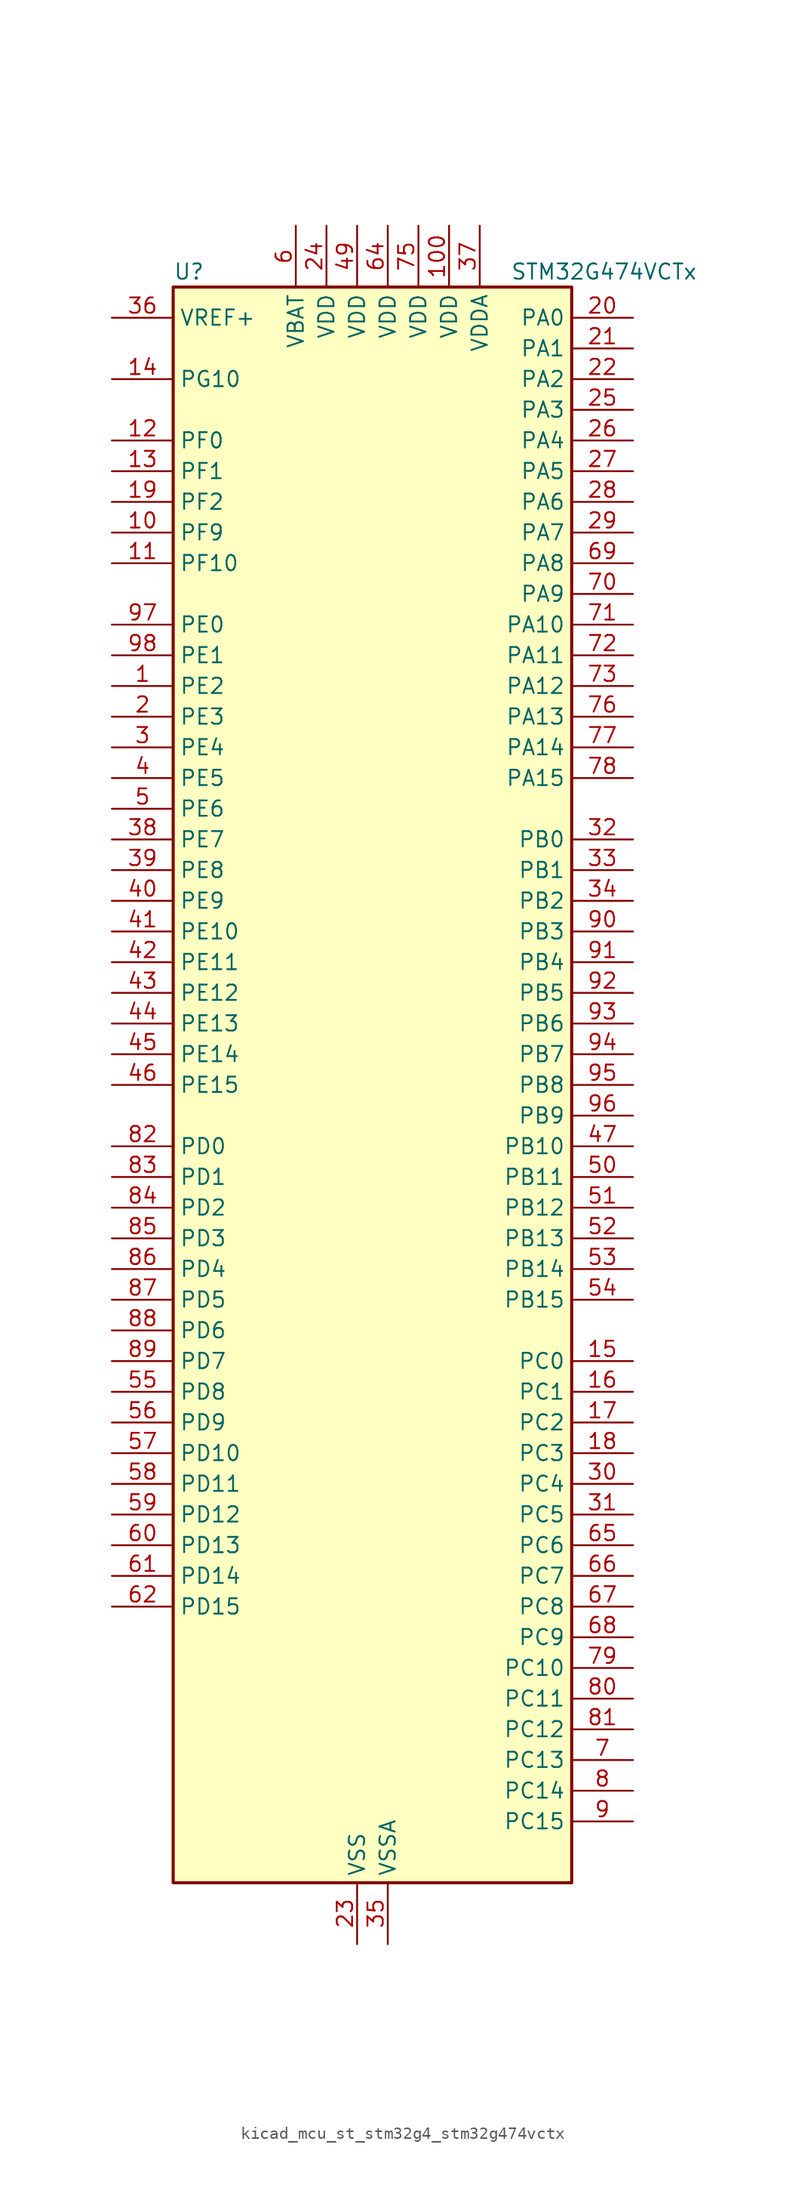
<source format=kicad_sym>
(kicad_symbol_lib
  (version 20220914)
  (generator kicad_symbol_editor)
  (symbol "kicad_mcu_st_stm32g4_stm32g474vctx"
    (property "Reference" "U"
      (at -15.24 67.31 0)
      (effects (font (size 1.27 1.27)) (justify left)))
    (property "Value" "STM32G474VCTx"
      (at 12.7 67.31 0)
      (effects (font (size 1.27 1.27)) (justify left)))
    (property "ki_locked" ""
      (at 0 0 0)
      (effects (font (size 1.27 1.27))))
    (symbol "kicad_mcu_st_stm32g4_stm32g474vctx_0_1"
      (rectangle (start -15.24 -66.04) (end 17.78 66.04) (stroke (width 0.254) (type default)) (fill (type background))))
    (symbol "kicad_mcu_st_stm32g4_stm32g474vctx_1_1"
      (pin bidirectional line (at -20.32 33.02 0) (length 5.08) (name "PE2" (effects (font (size 1.27 1.27)))) (number "1" (effects (font (size 1.27 1.27)))) (alternate "ADC3_EXTI2" bidirectional line) (alternate "ADC4_EXTI2" bidirectional line) (alternate "ADC5_EXTI2" bidirectional line) (alternate "FMC_A23" bidirectional line) (alternate "SAI1_CK1" bidirectional line) (alternate "SAI1_MCLK_A" bidirectional line) (alternate "SPI4_SCK" bidirectional line) (alternate "SYS_TRACECLK" bidirectional line) (alternate "TIM20_CH1" bidirectional line) (alternate "TIM3_CH1" bidirectional line))
      (pin bidirectional line (at -20.32 45.72 0) (length 5.08) (name "PF9" (effects (font (size 1.27 1.27)))) (number "10" (effects (font (size 1.27 1.27)))) (alternate "DAC1_EXTI9" bidirectional line) (alternate "DAC2_EXTI9" bidirectional line) (alternate "DAC3_EXTI9" bidirectional line) (alternate "DAC4_EXTI9" bidirectional line) (alternate "FMC_A25" bidirectional line) (alternate "QUADSPI1_BK1_IO1" bidirectional line) (alternate "SAI1_FS_B" bidirectional line) (alternate "SPI2_SCK" bidirectional line) (alternate "TIM15_CH1" bidirectional line) (alternate "TIM20_BKIN" bidirectional line) (alternate "TIM5_CH4" bidirectional line))
      (pin power_in line (at 7.62 71.12 270) (length 5.08) (name "VDD" (effects (font (size 1.27 1.27)))) (number "100" (effects (font (size 1.27 1.27)))))
      (pin bidirectional line (at -20.32 43.18 0) (length 5.08) (name "PF10" (effects (font (size 1.27 1.27)))) (number "11" (effects (font (size 1.27 1.27)))) (alternate "DAC1_EXTI10" bidirectional line) (alternate "DAC2_EXTI10" bidirectional line) (alternate "DAC3_EXTI10" bidirectional line) (alternate "DAC4_EXTI10" bidirectional line) (alternate "FMC_A0" bidirectional line) (alternate "QUADSPI1_CLK" bidirectional line) (alternate "SAI1_D3" bidirectional line) (alternate "SPI2_SCK" bidirectional line) (alternate "TIM15_CH2" bidirectional line) (alternate "TIM20_BKIN2" bidirectional line))
      (pin bidirectional line (at -20.32 53.34 0) (length 5.08) (name "PF0" (effects (font (size 1.27 1.27)))) (number "12" (effects (font (size 1.27 1.27)))) (alternate "ADC1_IN10" bidirectional line) (alternate "I2C2_SDA" bidirectional line) (alternate "I2S2_WS" bidirectional line) (alternate "RCC_OSC_IN" bidirectional line) (alternate "SPI2_NSS" bidirectional line) (alternate "TIM1_CH3N" bidirectional line))
      (pin bidirectional line (at -20.32 50.8 0) (length 5.08) (name "PF1" (effects (font (size 1.27 1.27)))) (number "13" (effects (font (size 1.27 1.27)))) (alternate "ADC2_IN10" bidirectional line) (alternate "COMP3_INM" bidirectional line) (alternate "I2S2_CK" bidirectional line) (alternate "RCC_OSC_OUT" bidirectional line) (alternate "SPI2_SCK" bidirectional line))
      (pin bidirectional line (at -20.32 58.42 0) (length 5.08) (name "PG10" (effects (font (size 1.27 1.27)))) (number "14" (effects (font (size 1.27 1.27)))) (alternate "DAC1_EXTI10" bidirectional line) (alternate "DAC2_EXTI10" bidirectional line) (alternate "DAC3_EXTI10" bidirectional line) (alternate "DAC4_EXTI10" bidirectional line) (alternate "RCC_MCO" bidirectional line))
      (pin bidirectional line (at 22.86 -22.86 180) (length 5.08) (name "PC0" (effects (font (size 1.27 1.27)))) (number "15" (effects (font (size 1.27 1.27)))) (alternate "ADC1_IN6" bidirectional line) (alternate "ADC2_IN6" bidirectional line) (alternate "COMP3_INM" bidirectional line) (alternate "LPTIM1_IN1" bidirectional line) (alternate "LPUART1_RX" bidirectional line) (alternate "TIM1_CH1" bidirectional line))
      (pin bidirectional line (at 22.86 -25.4 180) (length 5.08) (name "PC1" (effects (font (size 1.27 1.27)))) (number "16" (effects (font (size 1.27 1.27)))) (alternate "ADC1_IN7" bidirectional line) (alternate "ADC2_IN7" bidirectional line) (alternate "COMP3_INP" bidirectional line) (alternate "LPTIM1_OUT" bidirectional line) (alternate "LPUART1_TX" bidirectional line) (alternate "QUADSPI1_BK2_IO0" bidirectional line) (alternate "SAI1_SD_A" bidirectional line) (alternate "TIM1_CH2" bidirectional line))
      (pin bidirectional line (at 22.86 -27.94 180) (length 5.08) (name "PC2" (effects (font (size 1.27 1.27)))) (number "17" (effects (font (size 1.27 1.27)))) (alternate "ADC1_IN8" bidirectional line) (alternate "ADC2_IN8" bidirectional line) (alternate "ADC3_EXTI2" bidirectional line) (alternate "ADC4_EXTI2" bidirectional line) (alternate "ADC5_EXTI2" bidirectional line) (alternate "COMP3_OUT" bidirectional line) (alternate "LPTIM1_IN2" bidirectional line) (alternate "QUADSPI1_BK2_IO1" bidirectional line) (alternate "TIM1_CH3" bidirectional line) (alternate "TIM20_CH2" bidirectional line))
      (pin bidirectional line (at 22.86 -30.48 180) (length 5.08) (name "PC3" (effects (font (size 1.27 1.27)))) (number "18" (effects (font (size 1.27 1.27)))) (alternate "ADC1_IN9" bidirectional line) (alternate "ADC2_IN9" bidirectional line) (alternate "ADC3_EXTI3" bidirectional line) (alternate "ADC4_EXTI3" bidirectional line) (alternate "ADC5_EXTI3" bidirectional line) (alternate "LPTIM1_ETR" bidirectional line) (alternate "OPAMP5_VINP" bidirectional line) (alternate "OPAMP5_VINP_SEC" bidirectional line) (alternate "QUADSPI1_BK2_IO2" bidirectional line) (alternate "SAI1_D1" bidirectional line) (alternate "SAI1_SD_A" bidirectional line) (alternate "TIM1_BKIN2" bidirectional line) (alternate "TIM1_CH4" bidirectional line))
      (pin bidirectional line (at -20.32 48.26 0) (length 5.08) (name "PF2" (effects (font (size 1.27 1.27)))) (number "19" (effects (font (size 1.27 1.27)))) (alternate "ADC3_EXTI2" bidirectional line) (alternate "ADC4_EXTI2" bidirectional line) (alternate "ADC5_EXTI2" bidirectional line) (alternate "FMC_A2" bidirectional line) (alternate "I2C2_SMBA" bidirectional line) (alternate "TIM20_CH3" bidirectional line))
      (pin bidirectional line (at -20.32 30.48 0) (length 5.08) (name "PE3" (effects (font (size 1.27 1.27)))) (number "2" (effects (font (size 1.27 1.27)))) (alternate "ADC3_EXTI3" bidirectional line) (alternate "ADC4_EXTI3" bidirectional line) (alternate "ADC5_EXTI3" bidirectional line) (alternate "FMC_A19" bidirectional line) (alternate "SAI1_SD_B" bidirectional line) (alternate "SPI4_NSS" bidirectional line) (alternate "SYS_TRACED0" bidirectional line) (alternate "TIM20_CH2" bidirectional line) (alternate "TIM3_CH2" bidirectional line))
      (pin bidirectional line (at 22.86 63.5 180) (length 5.08) (name "PA0" (effects (font (size 1.27 1.27)))) (number "20" (effects (font (size 1.27 1.27)))) (alternate "ADC1_IN1" bidirectional line) (alternate "ADC2_IN1" bidirectional line) (alternate "COMP1_INM" bidirectional line) (alternate "COMP1_OUT" bidirectional line) (alternate "COMP3_INP" bidirectional line) (alternate "RTC_TAMP2" bidirectional line) (alternate "SYS_WKUP1" bidirectional line) (alternate "TIM2_CH1" bidirectional line) (alternate "TIM2_ETR" bidirectional line) (alternate "TIM5_CH1" bidirectional line) (alternate "TIM8_BKIN" bidirectional line) (alternate "TIM8_ETR" bidirectional line) (alternate "USART2_CTS" bidirectional line) (alternate "USART2_NSS" bidirectional line))
      (pin bidirectional line (at 22.86 60.96 180) (length 5.08) (name "PA1" (effects (font (size 1.27 1.27)))) (number "21" (effects (font (size 1.27 1.27)))) (alternate "ADC1_IN2" bidirectional line) (alternate "ADC2_IN2" bidirectional line) (alternate "COMP1_INP" bidirectional line) (alternate "OPAMP1_VINP" bidirectional line) (alternate "OPAMP1_VINP_SEC" bidirectional line) (alternate "OPAMP3_VINP" bidirectional line) (alternate "OPAMP3_VINP_SEC" bidirectional line) (alternate "OPAMP6_VINM" bidirectional line) (alternate "OPAMP6_VINM0" bidirectional line) (alternate "OPAMP6_VINM_SEC" bidirectional line) (alternate "RTC_REFIN" bidirectional line) (alternate "TIM15_CH1N" bidirectional line) (alternate "TIM2_CH2" bidirectional line) (alternate "TIM5_CH2" bidirectional line) (alternate "USART2_DE" bidirectional line) (alternate "USART2_RTS" bidirectional line))
      (pin bidirectional line (at 22.86 58.42 180) (length 5.08) (name "PA2" (effects (font (size 1.27 1.27)))) (number "22" (effects (font (size 1.27 1.27)))) (alternate "ADC1_IN3" bidirectional line) (alternate "ADC3_EXTI2" bidirectional line) (alternate "ADC4_EXTI2" bidirectional line) (alternate "ADC5_EXTI2" bidirectional line) (alternate "COMP2_INM" bidirectional line) (alternate "COMP2_OUT" bidirectional line) (alternate "LPUART1_TX" bidirectional line) (alternate "OPAMP1_VOUT" bidirectional line) (alternate "QUADSPI1_BK1_NCS" bidirectional line) (alternate "RCC_LSCO" bidirectional line) (alternate "SYS_WKUP4" bidirectional line) (alternate "TIM15_CH1" bidirectional line) (alternate "TIM2_CH3" bidirectional line) (alternate "TIM5_CH3" bidirectional line) (alternate "UCPD1_FRSTX1" bidirectional line) (alternate "UCPD1_FRSTX2" bidirectional line) (alternate "USART2_TX" bidirectional line))
      (pin power_in line (at 0 -71.12 90) (length 5.08) (name "VSS" (effects (font (size 1.27 1.27)))) (number "23" (effects (font (size 1.27 1.27)))))
      (pin power_in line (at -2.54 71.12 270) (length 5.08) (name "VDD" (effects (font (size 1.27 1.27)))) (number "24" (effects (font (size 1.27 1.27)))))
      (pin bidirectional line (at 22.86 55.88 180) (length 5.08) (name "PA3" (effects (font (size 1.27 1.27)))) (number "25" (effects (font (size 1.27 1.27)))) (alternate "ADC1_IN4" bidirectional line) (alternate "ADC3_EXTI3" bidirectional line) (alternate "ADC4_EXTI3" bidirectional line) (alternate "ADC5_EXTI3" bidirectional line) (alternate "COMP2_INP" bidirectional line) (alternate "LPUART1_RX" bidirectional line) (alternate "OPAMP1_VINM" bidirectional line) (alternate "OPAMP1_VINM0" bidirectional line) (alternate "OPAMP1_VINM_SEC" bidirectional line) (alternate "OPAMP1_VINP" bidirectional line) (alternate "OPAMP1_VINP_SEC" bidirectional line) (alternate "OPAMP5_VINM" bidirectional line) (alternate "OPAMP5_VINM1" bidirectional line) (alternate "OPAMP5_VINM_SEC" bidirectional line) (alternate "QUADSPI1_CLK" bidirectional line) (alternate "SAI1_CK1" bidirectional line) (alternate "SAI1_MCLK_A" bidirectional line) (alternate "TIM15_CH2" bidirectional line) (alternate "TIM2_CH4" bidirectional line) (alternate "TIM5_CH4" bidirectional line) (alternate "USART2_RX" bidirectional line))
      (pin bidirectional line (at 22.86 53.34 180) (length 5.08) (name "PA4" (effects (font (size 1.27 1.27)))) (number "26" (effects (font (size 1.27 1.27)))) (alternate "ADC2_IN17" bidirectional line) (alternate "COMP1_INM" bidirectional line) (alternate "DAC1_OUT1" bidirectional line) (alternate "I2S3_WS" bidirectional line) (alternate "SAI1_FS_B" bidirectional line) (alternate "SPI1_NSS" bidirectional line) (alternate "SPI3_NSS" bidirectional line) (alternate "TIM3_CH2" bidirectional line) (alternate "USART2_CK" bidirectional line))
      (pin bidirectional line (at 22.86 50.8 180) (length 5.08) (name "PA5" (effects (font (size 1.27 1.27)))) (number "27" (effects (font (size 1.27 1.27)))) (alternate "ADC2_IN13" bidirectional line) (alternate "COMP2_INM" bidirectional line) (alternate "DAC1_OUT2" bidirectional line) (alternate "OPAMP2_VINM" bidirectional line) (alternate "OPAMP2_VINM0" bidirectional line) (alternate "OPAMP2_VINM_SEC" bidirectional line) (alternate "SPI1_SCK" bidirectional line) (alternate "TIM2_CH1" bidirectional line) (alternate "TIM2_ETR" bidirectional line) (alternate "UCPD1_FRSTX1" bidirectional line) (alternate "UCPD1_FRSTX2" bidirectional line))
      (pin bidirectional line (at 22.86 48.26 180) (length 5.08) (name "PA6" (effects (font (size 1.27 1.27)))) (number "28" (effects (font (size 1.27 1.27)))) (alternate "ADC2_IN3" bidirectional line) (alternate "COMP1_OUT" bidirectional line) (alternate "DAC2_OUT1" bidirectional line) (alternate "LPUART1_CTS" bidirectional line) (alternate "OPAMP2_VOUT" bidirectional line) (alternate "QUADSPI1_BK1_IO3" bidirectional line) (alternate "SPI1_MISO" bidirectional line) (alternate "TIM16_CH1" bidirectional line) (alternate "TIM1_BKIN" bidirectional line) (alternate "TIM3_CH1" bidirectional line) (alternate "TIM8_BKIN" bidirectional line))
      (pin bidirectional line (at 22.86 45.72 180) (length 5.08) (name "PA7" (effects (font (size 1.27 1.27)))) (number "29" (effects (font (size 1.27 1.27)))) (alternate "ADC2_IN4" bidirectional line) (alternate "COMP2_INP" bidirectional line) (alternate "COMP2_OUT" bidirectional line) (alternate "OPAMP1_VINP" bidirectional line) (alternate "OPAMP1_VINP_SEC" bidirectional line) (alternate "OPAMP2_VINP" bidirectional line) (alternate "OPAMP2_VINP_SEC" bidirectional line) (alternate "QUADSPI1_BK1_IO2" bidirectional line) (alternate "SPI1_MOSI" bidirectional line) (alternate "TIM17_CH1" bidirectional line) (alternate "TIM1_CH1N" bidirectional line) (alternate "TIM3_CH2" bidirectional line) (alternate "TIM8_CH1N" bidirectional line) (alternate "UCPD1_FRSTX1" bidirectional line) (alternate "UCPD1_FRSTX2" bidirectional line))
      (pin bidirectional line (at -20.32 27.94 0) (length 5.08) (name "PE4" (effects (font (size 1.27 1.27)))) (number "3" (effects (font (size 1.27 1.27)))) (alternate "FMC_A20" bidirectional line) (alternate "SAI1_D2" bidirectional line) (alternate "SAI1_FS_A" bidirectional line) (alternate "SPI4_NSS" bidirectional line) (alternate "SYS_TRACED1" bidirectional line) (alternate "TIM20_CH1N" bidirectional line) (alternate "TIM3_CH3" bidirectional line))
      (pin bidirectional line (at 22.86 -33.02 180) (length 5.08) (name "PC4" (effects (font (size 1.27 1.27)))) (number "30" (effects (font (size 1.27 1.27)))) (alternate "ADC2_IN5" bidirectional line) (alternate "I2C2_SCL" bidirectional line) (alternate "QUADSPI1_BK2_IO3" bidirectional line) (alternate "TIM1_ETR" bidirectional line) (alternate "USART1_TX" bidirectional line))
      (pin bidirectional line (at 22.86 -35.56 180) (length 5.08) (name "PC5" (effects (font (size 1.27 1.27)))) (number "31" (effects (font (size 1.27 1.27)))) (alternate "ADC2_IN11" bidirectional line) (alternate "HRTIM1_EEV10" bidirectional line) (alternate "OPAMP1_VINM" bidirectional line) (alternate "OPAMP1_VINM1" bidirectional line) (alternate "OPAMP1_VINM_SEC" bidirectional line) (alternate "OPAMP2_VINM" bidirectional line) (alternate "OPAMP2_VINM1" bidirectional line) (alternate "OPAMP2_VINM_SEC" bidirectional line) (alternate "SAI1_D3" bidirectional line) (alternate "SYS_WKUP5" bidirectional line) (alternate "TIM15_BKIN" bidirectional line) (alternate "TIM1_CH4N" bidirectional line) (alternate "USART1_RX" bidirectional line))
      (pin bidirectional line (at 22.86 20.32 180) (length 5.08) (name "PB0" (effects (font (size 1.27 1.27)))) (number "32" (effects (font (size 1.27 1.27)))) (alternate "ADC1_IN15" bidirectional line) (alternate "ADC3_IN12" bidirectional line) (alternate "COMP4_INP" bidirectional line) (alternate "HRTIM1_FLT5" bidirectional line) (alternate "OPAMP2_VINP" bidirectional line) (alternate "OPAMP2_VINP_SEC" bidirectional line) (alternate "OPAMP3_VINP" bidirectional line) (alternate "OPAMP3_VINP_SEC" bidirectional line) (alternate "QUADSPI1_BK1_IO1" bidirectional line) (alternate "TIM1_CH2N" bidirectional line) (alternate "TIM3_CH3" bidirectional line) (alternate "TIM8_CH2N" bidirectional line) (alternate "UCPD1_FRSTX1" bidirectional line) (alternate "UCPD1_FRSTX2" bidirectional line))
      (pin bidirectional line (at 22.86 17.78 180) (length 5.08) (name "PB1" (effects (font (size 1.27 1.27)))) (number "33" (effects (font (size 1.27 1.27)))) (alternate "ADC1_IN12" bidirectional line) (alternate "ADC3_IN1" bidirectional line) (alternate "COMP1_INP" bidirectional line) (alternate "COMP4_OUT" bidirectional line) (alternate "HRTIM1_SCOUT" bidirectional line) (alternate "LPUART1_DE" bidirectional line) (alternate "LPUART1_RTS" bidirectional line) (alternate "OPAMP3_VOUT" bidirectional line) (alternate "OPAMP6_VINM" bidirectional line) (alternate "OPAMP6_VINM1" bidirectional line) (alternate "OPAMP6_VINM_SEC" bidirectional line) (alternate "QUADSPI1_BK1_IO0" bidirectional line) (alternate "TIM1_CH3N" bidirectional line) (alternate "TIM3_CH4" bidirectional line) (alternate "TIM8_CH3N" bidirectional line))
      (pin bidirectional line (at 22.86 15.24 180) (length 5.08) (name "PB2" (effects (font (size 1.27 1.27)))) (number "34" (effects (font (size 1.27 1.27)))) (alternate "ADC2_IN12" bidirectional line) (alternate "ADC3_EXTI2" bidirectional line) (alternate "ADC4_EXTI2" bidirectional line) (alternate "ADC5_EXTI2" bidirectional line) (alternate "COMP4_INM" bidirectional line) (alternate "HRTIM1_SCIN" bidirectional line) (alternate "I2C3_SMBA" bidirectional line) (alternate "LPTIM1_OUT" bidirectional line) (alternate "OPAMP3_VINM" bidirectional line) (alternate "OPAMP3_VINM0" bidirectional line) (alternate "OPAMP3_VINM_SEC" bidirectional line) (alternate "QUADSPI1_BK2_IO1" bidirectional line) (alternate "RTC_OUT2" bidirectional line) (alternate "TIM20_CH1" bidirectional line) (alternate "TIM5_CH1" bidirectional line))
      (pin power_in line (at 2.54 -71.12 90) (length 5.08) (name "VSSA" (effects (font (size 1.27 1.27)))) (number "35" (effects (font (size 1.27 1.27)))))
      (pin input line (at -20.32 63.5 0) (length 5.08) (name "VREF+" (effects (font (size 1.27 1.27)))) (number "36" (effects (font (size 1.27 1.27)))) (alternate "VREFBUF_OUT" bidirectional line))
      (pin power_in line (at 10.16 71.12 270) (length 5.08) (name "VDDA" (effects (font (size 1.27 1.27)))) (number "37" (effects (font (size 1.27 1.27)))))
      (pin bidirectional line (at -20.32 20.32 0) (length 5.08) (name "PE7" (effects (font (size 1.27 1.27)))) (number "38" (effects (font (size 1.27 1.27)))) (alternate "ADC3_IN4" bidirectional line) (alternate "COMP4_INP" bidirectional line) (alternate "FMC_D4" bidirectional line) (alternate "FMC_DA4" bidirectional line) (alternate "SAI1_SD_B" bidirectional line) (alternate "TIM1_ETR" bidirectional line))
      (pin bidirectional line (at -20.32 17.78 0) (length 5.08) (name "PE8" (effects (font (size 1.27 1.27)))) (number "39" (effects (font (size 1.27 1.27)))) (alternate "ADC3_IN6" bidirectional line) (alternate "ADC4_IN6" bidirectional line) (alternate "ADC5_IN6" bidirectional line) (alternate "COMP4_INM" bidirectional line) (alternate "FMC_D5" bidirectional line) (alternate "FMC_DA5" bidirectional line) (alternate "SAI1_SCK_B" bidirectional line) (alternate "TIM1_CH1N" bidirectional line) (alternate "TIM5_CH3" bidirectional line))
      (pin bidirectional line (at -20.32 25.4 0) (length 5.08) (name "PE5" (effects (font (size 1.27 1.27)))) (number "4" (effects (font (size 1.27 1.27)))) (alternate "FMC_A21" bidirectional line) (alternate "SAI1_CK2" bidirectional line) (alternate "SAI1_SCK_A" bidirectional line) (alternate "SPI4_MISO" bidirectional line) (alternate "SYS_TRACED2" bidirectional line) (alternate "TIM20_CH2N" bidirectional line) (alternate "TIM3_CH4" bidirectional line))
      (pin bidirectional line (at -20.32 15.24 0) (length 5.08) (name "PE9" (effects (font (size 1.27 1.27)))) (number "40" (effects (font (size 1.27 1.27)))) (alternate "ADC3_IN2" bidirectional line) (alternate "DAC1_EXTI9" bidirectional line) (alternate "DAC2_EXTI9" bidirectional line) (alternate "DAC3_EXTI9" bidirectional line) (alternate "DAC4_EXTI9" bidirectional line) (alternate "FMC_D6" bidirectional line) (alternate "FMC_DA6" bidirectional line) (alternate "SAI1_FS_B" bidirectional line) (alternate "TIM1_CH1" bidirectional line) (alternate "TIM5_CH4" bidirectional line))
      (pin bidirectional line (at -20.32 12.7 0) (length 5.08) (name "PE10" (effects (font (size 1.27 1.27)))) (number "41" (effects (font (size 1.27 1.27)))) (alternate "ADC3_IN14" bidirectional line) (alternate "ADC4_IN14" bidirectional line) (alternate "ADC5_IN14" bidirectional line) (alternate "DAC1_EXTI10" bidirectional line) (alternate "DAC2_EXTI10" bidirectional line) (alternate "DAC3_EXTI10" bidirectional line) (alternate "DAC4_EXTI10" bidirectional line) (alternate "FMC_D7" bidirectional line) (alternate "FMC_DA7" bidirectional line) (alternate "QUADSPI1_CLK" bidirectional line) (alternate "SAI1_MCLK_B" bidirectional line) (alternate "TIM1_CH2N" bidirectional line))
      (pin bidirectional line (at -20.32 10.16 0) (length 5.08) (name "PE11" (effects (font (size 1.27 1.27)))) (number "42" (effects (font (size 1.27 1.27)))) (alternate "ADC1_EXTI11" bidirectional line) (alternate "ADC2_EXTI11" bidirectional line) (alternate "ADC3_IN15" bidirectional line) (alternate "ADC4_IN15" bidirectional line) (alternate "ADC5_IN15" bidirectional line) (alternate "FMC_D8" bidirectional line) (alternate "FMC_DA8" bidirectional line) (alternate "QUADSPI1_BK1_NCS" bidirectional line) (alternate "SPI4_NSS" bidirectional line) (alternate "TIM1_CH2" bidirectional line))
      (pin bidirectional line (at -20.32 7.62 0) (length 5.08) (name "PE12" (effects (font (size 1.27 1.27)))) (number "43" (effects (font (size 1.27 1.27)))) (alternate "ADC3_IN16" bidirectional line) (alternate "ADC4_IN16" bidirectional line) (alternate "ADC5_IN16" bidirectional line) (alternate "FMC_D9" bidirectional line) (alternate "FMC_DA9" bidirectional line) (alternate "QUADSPI1_BK1_IO0" bidirectional line) (alternate "SPI4_SCK" bidirectional line) (alternate "TIM1_CH3N" bidirectional line))
      (pin bidirectional line (at -20.32 5.08 0) (length 5.08) (name "PE13" (effects (font (size 1.27 1.27)))) (number "44" (effects (font (size 1.27 1.27)))) (alternate "ADC3_IN3" bidirectional line) (alternate "FMC_D10" bidirectional line) (alternate "FMC_DA10" bidirectional line) (alternate "QUADSPI1_BK1_IO1" bidirectional line) (alternate "SPI4_MISO" bidirectional line) (alternate "TIM1_CH3" bidirectional line))
      (pin bidirectional line (at -20.32 2.54 0) (length 5.08) (name "PE14" (effects (font (size 1.27 1.27)))) (number "45" (effects (font (size 1.27 1.27)))) (alternate "ADC4_IN1" bidirectional line) (alternate "FMC_D11" bidirectional line) (alternate "FMC_DA11" bidirectional line) (alternate "QUADSPI1_BK1_IO2" bidirectional line) (alternate "SPI4_MOSI" bidirectional line) (alternate "TIM1_BKIN2" bidirectional line) (alternate "TIM1_CH4" bidirectional line))
      (pin bidirectional line (at -20.32 0 0) (length 5.08) (name "PE15" (effects (font (size 1.27 1.27)))) (number "46" (effects (font (size 1.27 1.27)))) (alternate "ADC1_EXTI15" bidirectional line) (alternate "ADC2_EXTI15" bidirectional line) (alternate "ADC4_IN2" bidirectional line) (alternate "FMC_D12" bidirectional line) (alternate "FMC_DA12" bidirectional line) (alternate "QUADSPI1_BK1_IO3" bidirectional line) (alternate "TIM1_BKIN" bidirectional line) (alternate "TIM1_CH4N" bidirectional line) (alternate "USART3_RX" bidirectional line))
      (pin bidirectional line (at 22.86 -5.08 180) (length 5.08) (name "PB10" (effects (font (size 1.27 1.27)))) (number "47" (effects (font (size 1.27 1.27)))) (alternate "COMP5_INM" bidirectional line) (alternate "DAC1_EXTI10" bidirectional line) (alternate "DAC2_EXTI10" bidirectional line) (alternate "DAC3_EXTI10" bidirectional line) (alternate "DAC4_EXTI10" bidirectional line) (alternate "HRTIM1_FLT3" bidirectional line) (alternate "LPUART1_RX" bidirectional line) (alternate "OPAMP3_VINM" bidirectional line) (alternate "OPAMP3_VINM1" bidirectional line) (alternate "OPAMP3_VINM_SEC" bidirectional line) (alternate "OPAMP4_VINM" bidirectional line) (alternate "OPAMP4_VINM0" bidirectional line) (alternate "OPAMP4_VINM_SEC" bidirectional line) (alternate "QUADSPI1_CLK" bidirectional line) (alternate "SAI1_SCK_A" bidirectional line) (alternate "TIM1_BKIN" bidirectional line) (alternate "TIM2_CH3" bidirectional line) (alternate "USART3_TX" bidirectional line))
      (pin passive line (at 0 -71.12 90) (length 5.08) hide (name "VSS" (effects (font (size 1.27 1.27)))) (number "48" (effects (font (size 1.27 1.27)))))
      (pin power_in line (at 0 71.12 270) (length 5.08) (name "VDD" (effects (font (size 1.27 1.27)))) (number "49" (effects (font (size 1.27 1.27)))))
      (pin bidirectional line (at -20.32 22.86 0) (length 5.08) (name "PE6" (effects (font (size 1.27 1.27)))) (number "5" (effects (font (size 1.27 1.27)))) (alternate "FMC_A22" bidirectional line) (alternate "RTC_TAMP3" bidirectional line) (alternate "SAI1_D1" bidirectional line) (alternate "SAI1_SD_A" bidirectional line) (alternate "SPI4_MOSI" bidirectional line) (alternate "SYS_TRACED3" bidirectional line) (alternate "SYS_WKUP3" bidirectional line) (alternate "TIM20_CH3N" bidirectional line))
      (pin bidirectional line (at 22.86 -7.62 180) (length 5.08) (name "PB11" (effects (font (size 1.27 1.27)))) (number "50" (effects (font (size 1.27 1.27)))) (alternate "ADC1_EXTI11" bidirectional line) (alternate "ADC1_IN14" bidirectional line) (alternate "ADC2_EXTI11" bidirectional line) (alternate "ADC2_IN14" bidirectional line) (alternate "COMP6_INP" bidirectional line) (alternate "HRTIM1_FLT4" bidirectional line) (alternate "LPUART1_TX" bidirectional line) (alternate "OPAMP4_VINP" bidirectional line) (alternate "OPAMP4_VINP_SEC" bidirectional line) (alternate "OPAMP6_VOUT" bidirectional line) (alternate "QUADSPI1_BK1_NCS" bidirectional line) (alternate "TIM2_CH4" bidirectional line) (alternate "USART3_RX" bidirectional line))
      (pin bidirectional line (at 22.86 -10.16 180) (length 5.08) (name "PB12" (effects (font (size 1.27 1.27)))) (number "51" (effects (font (size 1.27 1.27)))) (alternate "ADC1_IN11" bidirectional line) (alternate "ADC4_IN3" bidirectional line) (alternate "COMP7_INM" bidirectional line) (alternate "FDCAN2_RX" bidirectional line) (alternate "HRTIM1_CHC1" bidirectional line) (alternate "I2C2_SMBA" bidirectional line) (alternate "I2S2_WS" bidirectional line) (alternate "LPUART1_DE" bidirectional line) (alternate "LPUART1_RTS" bidirectional line) (alternate "OPAMP4_VOUT" bidirectional line) (alternate "OPAMP6_VINP" bidirectional line) (alternate "OPAMP6_VINP_SEC" bidirectional line) (alternate "SPI2_NSS" bidirectional line) (alternate "TIM1_BKIN" bidirectional line) (alternate "TIM5_ETR" bidirectional line) (alternate "USART3_CK" bidirectional line))
      (pin bidirectional line (at 22.86 -12.7 180) (length 5.08) (name "PB13" (effects (font (size 1.27 1.27)))) (number "52" (effects (font (size 1.27 1.27)))) (alternate "ADC3_IN5" bidirectional line) (alternate "COMP5_INP" bidirectional line) (alternate "FDCAN2_TX" bidirectional line) (alternate "HRTIM1_CHC2" bidirectional line) (alternate "I2S2_CK" bidirectional line) (alternate "LPUART1_CTS" bidirectional line) (alternate "OPAMP3_VINP" bidirectional line) (alternate "OPAMP3_VINP_SEC" bidirectional line) (alternate "OPAMP4_VINP" bidirectional line) (alternate "OPAMP4_VINP_SEC" bidirectional line) (alternate "OPAMP6_VINP" bidirectional line) (alternate "OPAMP6_VINP_SEC" bidirectional line) (alternate "SPI2_SCK" bidirectional line) (alternate "TIM1_CH1N" bidirectional line) (alternate "USART3_CTS" bidirectional line) (alternate "USART3_NSS" bidirectional line))
      (pin bidirectional line (at 22.86 -15.24 180) (length 5.08) (name "PB14" (effects (font (size 1.27 1.27)))) (number "53" (effects (font (size 1.27 1.27)))) (alternate "ADC1_IN5" bidirectional line) (alternate "ADC4_IN4" bidirectional line) (alternate "COMP4_OUT" bidirectional line) (alternate "COMP7_INP" bidirectional line) (alternate "HRTIM1_CHD1" bidirectional line) (alternate "OPAMP2_VINP" bidirectional line) (alternate "OPAMP2_VINP_SEC" bidirectional line) (alternate "OPAMP5_VINP" bidirectional line) (alternate "OPAMP5_VINP_SEC" bidirectional line) (alternate "SPI2_MISO" bidirectional line) (alternate "TIM15_CH1" bidirectional line) (alternate "TIM1_CH2N" bidirectional line) (alternate "USART3_DE" bidirectional line) (alternate "USART3_RTS" bidirectional line))
      (pin bidirectional line (at 22.86 -17.78 180) (length 5.08) (name "PB15" (effects (font (size 1.27 1.27)))) (number "54" (effects (font (size 1.27 1.27)))) (alternate "ADC1_EXTI15" bidirectional line) (alternate "ADC2_EXTI15" bidirectional line) (alternate "ADC2_IN15" bidirectional line) (alternate "ADC4_IN5" bidirectional line) (alternate "COMP3_OUT" bidirectional line) (alternate "COMP6_INM" bidirectional line) (alternate "HRTIM1_CHD2" bidirectional line) (alternate "I2S2_SD" bidirectional line) (alternate "OPAMP5_VINM" bidirectional line) (alternate "OPAMP5_VINM0" bidirectional line) (alternate "OPAMP5_VINM_SEC" bidirectional line) (alternate "RTC_REFIN" bidirectional line) (alternate "SPI2_MOSI" bidirectional line) (alternate "TIM15_CH1N" bidirectional line) (alternate "TIM15_CH2" bidirectional line) (alternate "TIM1_CH3N" bidirectional line))
      (pin bidirectional line (at -20.32 -25.4 0) (length 5.08) (name "PD8" (effects (font (size 1.27 1.27)))) (number "55" (effects (font (size 1.27 1.27)))) (alternate "ADC4_IN12" bidirectional line) (alternate "ADC5_IN12" bidirectional line) (alternate "FMC_D13" bidirectional line) (alternate "FMC_DA13" bidirectional line) (alternate "OPAMP4_VINM" bidirectional line) (alternate "OPAMP4_VINM1" bidirectional line) (alternate "OPAMP4_VINM_SEC" bidirectional line) (alternate "USART3_TX" bidirectional line))
      (pin bidirectional line (at -20.32 -27.94 0) (length 5.08) (name "PD9" (effects (font (size 1.27 1.27)))) (number "56" (effects (font (size 1.27 1.27)))) (alternate "ADC4_IN13" bidirectional line) (alternate "ADC5_IN13" bidirectional line) (alternate "DAC1_EXTI9" bidirectional line) (alternate "DAC2_EXTI9" bidirectional line) (alternate "DAC3_EXTI9" bidirectional line) (alternate "DAC4_EXTI9" bidirectional line) (alternate "FMC_D14" bidirectional line) (alternate "FMC_DA14" bidirectional line) (alternate "OPAMP6_VINP" bidirectional line) (alternate "OPAMP6_VINP_SEC" bidirectional line) (alternate "USART3_RX" bidirectional line))
      (pin bidirectional line (at -20.32 -30.48 0) (length 5.08) (name "PD10" (effects (font (size 1.27 1.27)))) (number "57" (effects (font (size 1.27 1.27)))) (alternate "ADC3_IN7" bidirectional line) (alternate "ADC4_IN7" bidirectional line) (alternate "ADC5_IN7" bidirectional line) (alternate "COMP6_INM" bidirectional line) (alternate "DAC1_EXTI10" bidirectional line) (alternate "DAC2_EXTI10" bidirectional line) (alternate "DAC3_EXTI10" bidirectional line) (alternate "DAC4_EXTI10" bidirectional line) (alternate "FMC_D15" bidirectional line) (alternate "FMC_DA15" bidirectional line) (alternate "USART3_CK" bidirectional line))
      (pin bidirectional line (at -20.32 -33.02 0) (length 5.08) (name "PD11" (effects (font (size 1.27 1.27)))) (number "58" (effects (font (size 1.27 1.27)))) (alternate "ADC1_EXTI11" bidirectional line) (alternate "ADC2_EXTI11" bidirectional line) (alternate "ADC3_IN8" bidirectional line) (alternate "ADC4_IN8" bidirectional line) (alternate "ADC5_IN8" bidirectional line) (alternate "COMP6_INP" bidirectional line) (alternate "FMC_A16" bidirectional line) (alternate "FMC_CLE" bidirectional line) (alternate "I2C4_SMBA" bidirectional line) (alternate "OPAMP4_VINP" bidirectional line) (alternate "OPAMP4_VINP_SEC" bidirectional line) (alternate "TIM5_ETR" bidirectional line) (alternate "USART3_CTS" bidirectional line) (alternate "USART3_NSS" bidirectional line))
      (pin bidirectional line (at -20.32 -35.56 0) (length 5.08) (name "PD12" (effects (font (size 1.27 1.27)))) (number "59" (effects (font (size 1.27 1.27)))) (alternate "ADC3_IN9" bidirectional line) (alternate "ADC4_IN9" bidirectional line) (alternate "ADC5_IN9" bidirectional line) (alternate "COMP5_INP" bidirectional line) (alternate "FMC_A17" bidirectional line) (alternate "FMC_ALE" bidirectional line) (alternate "OPAMP5_VINP" bidirectional line) (alternate "OPAMP5_VINP_SEC" bidirectional line) (alternate "TIM4_CH1" bidirectional line) (alternate "USART3_DE" bidirectional line) (alternate "USART3_RTS" bidirectional line))
      (pin power_in line (at -5.08 71.12 270) (length 5.08) (name "VBAT" (effects (font (size 1.27 1.27)))) (number "6" (effects (font (size 1.27 1.27)))))
      (pin bidirectional line (at -20.32 -38.1 0) (length 5.08) (name "PD13" (effects (font (size 1.27 1.27)))) (number "60" (effects (font (size 1.27 1.27)))) (alternate "ADC3_IN10" bidirectional line) (alternate "ADC4_IN10" bidirectional line) (alternate "ADC5_IN10" bidirectional line) (alternate "COMP5_INM" bidirectional line) (alternate "FMC_A18" bidirectional line) (alternate "TIM4_CH2" bidirectional line))
      (pin bidirectional line (at -20.32 -40.64 0) (length 5.08) (name "PD14" (effects (font (size 1.27 1.27)))) (number "61" (effects (font (size 1.27 1.27)))) (alternate "ADC3_IN11" bidirectional line) (alternate "ADC4_IN11" bidirectional line) (alternate "ADC5_IN11" bidirectional line) (alternate "COMP7_INP" bidirectional line) (alternate "FMC_D0" bidirectional line) (alternate "FMC_DA0" bidirectional line) (alternate "OPAMP2_VINP" bidirectional line) (alternate "OPAMP2_VINP_SEC" bidirectional line) (alternate "TIM4_CH3" bidirectional line))
      (pin bidirectional line (at -20.32 -43.18 0) (length 5.08) (name "PD15" (effects (font (size 1.27 1.27)))) (number "62" (effects (font (size 1.27 1.27)))) (alternate "ADC1_EXTI15" bidirectional line) (alternate "ADC2_EXTI15" bidirectional line) (alternate "COMP7_INM" bidirectional line) (alternate "FMC_D1" bidirectional line) (alternate "FMC_DA1" bidirectional line) (alternate "SPI2_NSS" bidirectional line) (alternate "TIM4_CH4" bidirectional line))
      (pin passive line (at 0 -71.12 90) (length 5.08) hide (name "VSS" (effects (font (size 1.27 1.27)))) (number "63" (effects (font (size 1.27 1.27)))))
      (pin power_in line (at 2.54 71.12 270) (length 5.08) (name "VDD" (effects (font (size 1.27 1.27)))) (number "64" (effects (font (size 1.27 1.27)))))
      (pin bidirectional line (at 22.86 -38.1 180) (length 5.08) (name "PC6" (effects (font (size 1.27 1.27)))) (number "65" (effects (font (size 1.27 1.27)))) (alternate "COMP6_OUT" bidirectional line) (alternate "HRTIM1_CHF1" bidirectional line) (alternate "HRTIM1_EEV10" bidirectional line) (alternate "I2C4_SCL" bidirectional line) (alternate "I2S2_MCK" bidirectional line) (alternate "TIM3_CH1" bidirectional line) (alternate "TIM8_CH1" bidirectional line))
      (pin bidirectional line (at 22.86 -40.64 180) (length 5.08) (name "PC7" (effects (font (size 1.27 1.27)))) (number "66" (effects (font (size 1.27 1.27)))) (alternate "COMP5_OUT" bidirectional line) (alternate "HRTIM1_CHF2" bidirectional line) (alternate "HRTIM1_FLT5" bidirectional line) (alternate "I2C4_SDA" bidirectional line) (alternate "I2S3_MCK" bidirectional line) (alternate "TIM3_CH2" bidirectional line) (alternate "TIM8_CH2" bidirectional line))
      (pin bidirectional line (at 22.86 -43.18 180) (length 5.08) (name "PC8" (effects (font (size 1.27 1.27)))) (number "67" (effects (font (size 1.27 1.27)))) (alternate "COMP7_OUT" bidirectional line) (alternate "HRTIM1_CHE1" bidirectional line) (alternate "I2C3_SCL" bidirectional line) (alternate "TIM20_CH3" bidirectional line) (alternate "TIM3_CH3" bidirectional line) (alternate "TIM8_CH3" bidirectional line))
      (pin bidirectional line (at 22.86 -45.72 180) (length 5.08) (name "PC9" (effects (font (size 1.27 1.27)))) (number "68" (effects (font (size 1.27 1.27)))) (alternate "DAC1_EXTI9" bidirectional line) (alternate "DAC2_EXTI9" bidirectional line) (alternate "DAC3_EXTI9" bidirectional line) (alternate "DAC4_EXTI9" bidirectional line) (alternate "HRTIM1_CHE2" bidirectional line) (alternate "I2C3_SDA" bidirectional line) (alternate "I2S_CKIN" bidirectional line) (alternate "TIM3_CH4" bidirectional line) (alternate "TIM8_BKIN2" bidirectional line) (alternate "TIM8_CH4" bidirectional line))
      (pin bidirectional line (at 22.86 43.18 180) (length 5.08) (name "PA8" (effects (font (size 1.27 1.27)))) (number "69" (effects (font (size 1.27 1.27)))) (alternate "ADC5_IN1" bidirectional line) (alternate "COMP7_OUT" bidirectional line) (alternate "FDCAN3_RX" bidirectional line) (alternate "HRTIM1_CHA1" bidirectional line) (alternate "I2C2_SDA" bidirectional line) (alternate "I2C3_SCL" bidirectional line) (alternate "I2S2_MCK" bidirectional line) (alternate "OPAMP5_VOUT" bidirectional line) (alternate "RCC_MCO" bidirectional line) (alternate "SAI1_CK2" bidirectional line) (alternate "SAI1_SCK_A" bidirectional line) (alternate "TIM1_CH1" bidirectional line) (alternate "TIM4_ETR" bidirectional line) (alternate "USART1_CK" bidirectional line))
      (pin bidirectional line (at 22.86 -55.88 180) (length 5.08) (name "PC13" (effects (font (size 1.27 1.27)))) (number "7" (effects (font (size 1.27 1.27)))) (alternate "RTC_OUT1" bidirectional line) (alternate "RTC_TAMP1" bidirectional line) (alternate "RTC_TS" bidirectional line) (alternate "SYS_WKUP2" bidirectional line) (alternate "TIM1_BKIN" bidirectional line) (alternate "TIM1_CH1N" bidirectional line) (alternate "TIM8_CH4N" bidirectional line))
      (pin bidirectional line (at 22.86 40.64 180) (length 5.08) (name "PA9" (effects (font (size 1.27 1.27)))) (number "70" (effects (font (size 1.27 1.27)))) (alternate "ADC5_IN2" bidirectional line) (alternate "COMP5_OUT" bidirectional line) (alternate "DAC1_EXTI9" bidirectional line) (alternate "DAC2_EXTI9" bidirectional line) (alternate "DAC3_EXTI9" bidirectional line) (alternate "DAC4_EXTI9" bidirectional line) (alternate "HRTIM1_CHA2" bidirectional line) (alternate "I2C2_SCL" bidirectional line) (alternate "I2C3_SMBA" bidirectional line) (alternate "I2S3_MCK" bidirectional line) (alternate "SAI1_FS_A" bidirectional line) (alternate "TIM15_BKIN" bidirectional line) (alternate "TIM1_CH2" bidirectional line) (alternate "TIM2_CH3" bidirectional line) (alternate "UCPD1_DBCC1" bidirectional line) (alternate "USART1_TX" bidirectional line))
      (pin bidirectional line (at 22.86 38.1 180) (length 5.08) (name "PA10" (effects (font (size 1.27 1.27)))) (number "71" (effects (font (size 1.27 1.27)))) (alternate "COMP6_OUT" bidirectional line) (alternate "CRS_SYNC" bidirectional line) (alternate "DAC1_EXTI10" bidirectional line) (alternate "DAC2_EXTI10" bidirectional line) (alternate "DAC3_EXTI10" bidirectional line) (alternate "DAC4_EXTI10" bidirectional line) (alternate "HRTIM1_CHB1" bidirectional line) (alternate "I2C2_SMBA" bidirectional line) (alternate "SAI1_D1" bidirectional line) (alternate "SAI1_SD_A" bidirectional line) (alternate "SPI2_MISO" bidirectional line) (alternate "TIM17_BKIN" bidirectional line) (alternate "TIM1_CH3" bidirectional line) (alternate "TIM2_CH4" bidirectional line) (alternate "TIM8_BKIN" bidirectional line) (alternate "UCPD1_DBCC2" bidirectional line) (alternate "USART1_RX" bidirectional line))
      (pin bidirectional line (at 22.86 35.56 180) (length 5.08) (name "PA11" (effects (font (size 1.27 1.27)))) (number "72" (effects (font (size 1.27 1.27)))) (alternate "ADC1_EXTI11" bidirectional line) (alternate "ADC2_EXTI11" bidirectional line) (alternate "COMP1_OUT" bidirectional line) (alternate "FDCAN1_RX" bidirectional line) (alternate "HRTIM1_CHB2" bidirectional line) (alternate "I2S2_SD" bidirectional line) (alternate "SPI2_MOSI" bidirectional line) (alternate "TIM1_BKIN2" bidirectional line) (alternate "TIM1_CH1N" bidirectional line) (alternate "TIM1_CH4" bidirectional line) (alternate "TIM4_CH1" bidirectional line) (alternate "USART1_CTS" bidirectional line) (alternate "USART1_NSS" bidirectional line) (alternate "USB_DM" bidirectional line))
      (pin bidirectional line (at 22.86 33.02 180) (length 5.08) (name "PA12" (effects (font (size 1.27 1.27)))) (number "73" (effects (font (size 1.27 1.27)))) (alternate "COMP2_OUT" bidirectional line) (alternate "FDCAN1_TX" bidirectional line) (alternate "HRTIM1_FLT1" bidirectional line) (alternate "I2S_CKIN" bidirectional line) (alternate "TIM16_CH1" bidirectional line) (alternate "TIM1_CH2N" bidirectional line) (alternate "TIM1_ETR" bidirectional line) (alternate "TIM4_CH2" bidirectional line) (alternate "USART1_DE" bidirectional line) (alternate "USART1_RTS" bidirectional line) (alternate "USB_DP" bidirectional line))
      (pin passive line (at 0 -71.12 90) (length 5.08) hide (name "VSS" (effects (font (size 1.27 1.27)))) (number "74" (effects (font (size 1.27 1.27)))))
      (pin power_in line (at 5.08 71.12 270) (length 5.08) (name "VDD" (effects (font (size 1.27 1.27)))) (number "75" (effects (font (size 1.27 1.27)))))
      (pin bidirectional line (at 22.86 30.48 180) (length 5.08) (name "PA13" (effects (font (size 1.27 1.27)))) (number "76" (effects (font (size 1.27 1.27)))) (alternate "I2C1_SCL" bidirectional line) (alternate "I2C4_SCL" bidirectional line) (alternate "IR_OUT" bidirectional line) (alternate "SAI1_SD_B" bidirectional line) (alternate "SYS_JTMS-SWDIO" bidirectional line) (alternate "TIM16_CH1N" bidirectional line) (alternate "TIM4_CH3" bidirectional line) (alternate "USART3_CTS" bidirectional line) (alternate "USART3_NSS" bidirectional line))
      (pin bidirectional line (at 22.86 27.94 180) (length 5.08) (name "PA14" (effects (font (size 1.27 1.27)))) (number "77" (effects (font (size 1.27 1.27)))) (alternate "I2C1_SDA" bidirectional line) (alternate "I2C4_SMBA" bidirectional line) (alternate "LPTIM1_OUT" bidirectional line) (alternate "SAI1_FS_B" bidirectional line) (alternate "SYS_JTCK-SWCLK" bidirectional line) (alternate "TIM1_BKIN" bidirectional line) (alternate "TIM8_CH2" bidirectional line) (alternate "USART2_TX" bidirectional line))
      (pin bidirectional line (at 22.86 25.4 180) (length 5.08) (name "PA15" (effects (font (size 1.27 1.27)))) (number "78" (effects (font (size 1.27 1.27)))) (alternate "ADC1_EXTI15" bidirectional line) (alternate "ADC2_EXTI15" bidirectional line) (alternate "FDCAN3_TX" bidirectional line) (alternate "HRTIM1_FLT2" bidirectional line) (alternate "I2C1_SCL" bidirectional line) (alternate "I2S3_WS" bidirectional line) (alternate "SPI1_NSS" bidirectional line) (alternate "SPI3_NSS" bidirectional line) (alternate "SYS_JTDI" bidirectional line) (alternate "TIM1_BKIN" bidirectional line) (alternate "TIM2_CH1" bidirectional line) (alternate "TIM2_ETR" bidirectional line) (alternate "TIM8_CH1" bidirectional line) (alternate "UART4_DE" bidirectional line) (alternate "UART4_RTS" bidirectional line) (alternate "USART2_RX" bidirectional line))
      (pin bidirectional line (at 22.86 -48.26 180) (length 5.08) (name "PC10" (effects (font (size 1.27 1.27)))) (number "79" (effects (font (size 1.27 1.27)))) (alternate "DAC1_EXTI10" bidirectional line) (alternate "DAC2_EXTI10" bidirectional line) (alternate "DAC3_EXTI10" bidirectional line) (alternate "DAC4_EXTI10" bidirectional line) (alternate "HRTIM1_FLT6" bidirectional line) (alternate "I2S3_CK" bidirectional line) (alternate "SPI3_SCK" bidirectional line) (alternate "TIM8_CH1N" bidirectional line) (alternate "UART4_TX" bidirectional line) (alternate "USART3_TX" bidirectional line))
      (pin bidirectional line (at 22.86 -58.42 180) (length 5.08) (name "PC14" (effects (font (size 1.27 1.27)))) (number "8" (effects (font (size 1.27 1.27)))) (alternate "RCC_OSC32_IN" bidirectional line))
      (pin bidirectional line (at 22.86 -50.8 180) (length 5.08) (name "PC11" (effects (font (size 1.27 1.27)))) (number "80" (effects (font (size 1.27 1.27)))) (alternate "ADC1_EXTI11" bidirectional line) (alternate "ADC2_EXTI11" bidirectional line) (alternate "HRTIM1_EEV2" bidirectional line) (alternate "I2C3_SDA" bidirectional line) (alternate "SPI3_MISO" bidirectional line) (alternate "TIM8_CH2N" bidirectional line) (alternate "UART4_RX" bidirectional line) (alternate "USART3_RX" bidirectional line))
      (pin bidirectional line (at 22.86 -53.34 180) (length 5.08) (name "PC12" (effects (font (size 1.27 1.27)))) (number "81" (effects (font (size 1.27 1.27)))) (alternate "HRTIM1_EEV1" bidirectional line) (alternate "I2S3_SD" bidirectional line) (alternate "SPI3_MOSI" bidirectional line) (alternate "TIM5_CH2" bidirectional line) (alternate "TIM8_CH3N" bidirectional line) (alternate "UART5_TX" bidirectional line) (alternate "UCPD1_FRSTX1" bidirectional line) (alternate "UCPD1_FRSTX2" bidirectional line) (alternate "USART3_CK" bidirectional line))
      (pin bidirectional line (at -20.32 -5.08 0) (length 5.08) (name "PD0" (effects (font (size 1.27 1.27)))) (number "82" (effects (font (size 1.27 1.27)))) (alternate "FDCAN1_RX" bidirectional line) (alternate "FMC_D2" bidirectional line) (alternate "FMC_DA2" bidirectional line) (alternate "TIM8_CH4N" bidirectional line))
      (pin bidirectional line (at -20.32 -7.62 0) (length 5.08) (name "PD1" (effects (font (size 1.27 1.27)))) (number "83" (effects (font (size 1.27 1.27)))) (alternate "FDCAN1_TX" bidirectional line) (alternate "FMC_D3" bidirectional line) (alternate "FMC_DA3" bidirectional line) (alternate "TIM8_BKIN2" bidirectional line) (alternate "TIM8_CH4" bidirectional line))
      (pin bidirectional line (at -20.32 -10.16 0) (length 5.08) (name "PD2" (effects (font (size 1.27 1.27)))) (number "84" (effects (font (size 1.27 1.27)))) (alternate "ADC3_EXTI2" bidirectional line) (alternate "ADC4_EXTI2" bidirectional line) (alternate "ADC5_EXTI2" bidirectional line) (alternate "TIM3_ETR" bidirectional line) (alternate "TIM8_BKIN" bidirectional line) (alternate "UART5_RX" bidirectional line))
      (pin bidirectional line (at -20.32 -12.7 0) (length 5.08) (name "PD3" (effects (font (size 1.27 1.27)))) (number "85" (effects (font (size 1.27 1.27)))) (alternate "ADC3_EXTI3" bidirectional line) (alternate "ADC4_EXTI3" bidirectional line) (alternate "ADC5_EXTI3" bidirectional line) (alternate "FMC_CLK" bidirectional line) (alternate "QUADSPI1_BK2_NCS" bidirectional line) (alternate "TIM2_CH1" bidirectional line) (alternate "TIM2_ETR" bidirectional line) (alternate "USART2_CTS" bidirectional line) (alternate "USART2_NSS" bidirectional line))
      (pin bidirectional line (at -20.32 -15.24 0) (length 5.08) (name "PD4" (effects (font (size 1.27 1.27)))) (number "86" (effects (font (size 1.27 1.27)))) (alternate "FMC_NOE" bidirectional line) (alternate "QUADSPI1_BK2_IO0" bidirectional line) (alternate "TIM2_CH2" bidirectional line) (alternate "USART2_DE" bidirectional line) (alternate "USART2_RTS" bidirectional line))
      (pin bidirectional line (at -20.32 -17.78 0) (length 5.08) (name "PD5" (effects (font (size 1.27 1.27)))) (number "87" (effects (font (size 1.27 1.27)))) (alternate "FMC_NWE" bidirectional line) (alternate "QUADSPI1_BK2_IO1" bidirectional line) (alternate "USART2_TX" bidirectional line))
      (pin bidirectional line (at -20.32 -20.32 0) (length 5.08) (name "PD6" (effects (font (size 1.27 1.27)))) (number "88" (effects (font (size 1.27 1.27)))) (alternate "FMC_NWAIT" bidirectional line) (alternate "QUADSPI1_BK2_IO2" bidirectional line) (alternate "SAI1_D1" bidirectional line) (alternate "SAI1_SD_A" bidirectional line) (alternate "TIM2_CH4" bidirectional line) (alternate "USART2_RX" bidirectional line))
      (pin bidirectional line (at -20.32 -22.86 0) (length 5.08) (name "PD7" (effects (font (size 1.27 1.27)))) (number "89" (effects (font (size 1.27 1.27)))) (alternate "FMC_NCE" bidirectional line) (alternate "FMC_NE1" bidirectional line) (alternate "QUADSPI1_BK2_IO3" bidirectional line) (alternate "TIM2_CH3" bidirectional line) (alternate "USART2_CK" bidirectional line))
      (pin bidirectional line (at 22.86 -60.96 180) (length 5.08) (name "PC15" (effects (font (size 1.27 1.27)))) (number "9" (effects (font (size 1.27 1.27)))) (alternate "ADC1_EXTI15" bidirectional line) (alternate "ADC2_EXTI15" bidirectional line) (alternate "RCC_OSC32_OUT" bidirectional line))
      (pin bidirectional line (at 22.86 12.7 180) (length 5.08) (name "PB3" (effects (font (size 1.27 1.27)))) (number "90" (effects (font (size 1.27 1.27)))) (alternate "ADC3_EXTI3" bidirectional line) (alternate "ADC4_EXTI3" bidirectional line) (alternate "ADC5_EXTI3" bidirectional line) (alternate "CRS_SYNC" bidirectional line) (alternate "FDCAN3_RX" bidirectional line) (alternate "HRTIM1_EEV9" bidirectional line) (alternate "HRTIM1_SCOUT" bidirectional line) (alternate "I2S3_CK" bidirectional line) (alternate "SAI1_SCK_B" bidirectional line) (alternate "SPI1_SCK" bidirectional line) (alternate "SPI3_SCK" bidirectional line) (alternate "SYS_JTDO-SWO" bidirectional line) (alternate "TIM2_CH2" bidirectional line) (alternate "TIM3_ETR" bidirectional line) (alternate "TIM4_ETR" bidirectional line) (alternate "TIM8_CH1N" bidirectional line) (alternate "USART2_TX" bidirectional line))
      (pin bidirectional line (at 22.86 10.16 180) (length 5.08) (name "PB4" (effects (font (size 1.27 1.27)))) (number "91" (effects (font (size 1.27 1.27)))) (alternate "FDCAN3_TX" bidirectional line) (alternate "HRTIM1_EEV7" bidirectional line) (alternate "SAI1_MCLK_B" bidirectional line) (alternate "SPI1_MISO" bidirectional line) (alternate "SPI3_MISO" bidirectional line) (alternate "SYS_JTRST" bidirectional line) (alternate "TIM16_CH1" bidirectional line) (alternate "TIM17_BKIN" bidirectional line) (alternate "TIM3_CH1" bidirectional line) (alternate "TIM8_CH2N" bidirectional line) (alternate "UART5_DE" bidirectional line) (alternate "UART5_RTS" bidirectional line) (alternate "UCPD1_CC2" bidirectional line) (alternate "USART2_RX" bidirectional line))
      (pin bidirectional line (at 22.86 7.62 180) (length 5.08) (name "PB5" (effects (font (size 1.27 1.27)))) (number "92" (effects (font (size 1.27 1.27)))) (alternate "FDCAN2_RX" bidirectional line) (alternate "HRTIM1_EEV6" bidirectional line) (alternate "I2C1_SMBA" bidirectional line) (alternate "I2C3_SDA" bidirectional line) (alternate "I2S3_SD" bidirectional line) (alternate "LPTIM1_IN1" bidirectional line) (alternate "SAI1_SD_B" bidirectional line) (alternate "SPI1_MOSI" bidirectional line) (alternate "SPI3_MOSI" bidirectional line) (alternate "TIM16_BKIN" bidirectional line) (alternate "TIM17_CH1" bidirectional line) (alternate "TIM3_CH2" bidirectional line) (alternate "TIM8_CH3N" bidirectional line) (alternate "UART5_CTS" bidirectional line) (alternate "USART2_CK" bidirectional line))
      (pin bidirectional line (at 22.86 5.08 180) (length 5.08) (name "PB6" (effects (font (size 1.27 1.27)))) (number "93" (effects (font (size 1.27 1.27)))) (alternate "COMP4_OUT" bidirectional line) (alternate "FDCAN2_TX" bidirectional line) (alternate "HRTIM1_EEV4" bidirectional line) (alternate "HRTIM1_SCIN" bidirectional line) (alternate "LPTIM1_ETR" bidirectional line) (alternate "SAI1_FS_B" bidirectional line) (alternate "TIM16_CH1N" bidirectional line) (alternate "TIM4_CH1" bidirectional line) (alternate "TIM8_BKIN2" bidirectional line) (alternate "TIM8_CH1" bidirectional line) (alternate "TIM8_ETR" bidirectional line) (alternate "UCPD1_CC1" bidirectional line) (alternate "USART1_TX" bidirectional line))
      (pin bidirectional line (at 22.86 2.54 180) (length 5.08) (name "PB7" (effects (font (size 1.27 1.27)))) (number "94" (effects (font (size 1.27 1.27)))) (alternate "COMP3_OUT" bidirectional line) (alternate "FMC_NL" bidirectional line) (alternate "HRTIM1_EEV3" bidirectional line) (alternate "I2C1_SDA" bidirectional line) (alternate "I2C4_SDA" bidirectional line) (alternate "LPTIM1_IN2" bidirectional line) (alternate "SYS_PVD_IN" bidirectional line) (alternate "TIM17_CH1N" bidirectional line) (alternate "TIM3_CH4" bidirectional line) (alternate "TIM4_CH2" bidirectional line) (alternate "TIM8_BKIN" bidirectional line) (alternate "UART4_CTS" bidirectional line) (alternate "USART1_RX" bidirectional line))
      (pin bidirectional line (at 22.86 0 180) (length 5.08) (name "PB8" (effects (font (size 1.27 1.27)))) (number "95" (effects (font (size 1.27 1.27)))) (alternate "COMP1_OUT" bidirectional line) (alternate "FDCAN1_RX" bidirectional line) (alternate "HRTIM1_EEV8" bidirectional line) (alternate "I2C1_SCL" bidirectional line) (alternate "SAI1_CK1" bidirectional line) (alternate "SAI1_MCLK_A" bidirectional line) (alternate "TIM16_CH1" bidirectional line) (alternate "TIM1_BKIN" bidirectional line) (alternate "TIM4_CH3" bidirectional line) (alternate "TIM8_CH2" bidirectional line) (alternate "USART3_RX" bidirectional line))
      (pin bidirectional line (at 22.86 -2.54 180) (length 5.08) (name "PB9" (effects (font (size 1.27 1.27)))) (number "96" (effects (font (size 1.27 1.27)))) (alternate "COMP2_OUT" bidirectional line) (alternate "DAC1_EXTI9" bidirectional line) (alternate "DAC2_EXTI9" bidirectional line) (alternate "DAC3_EXTI9" bidirectional line) (alternate "DAC4_EXTI9" bidirectional line) (alternate "FDCAN1_TX" bidirectional line) (alternate "HRTIM1_EEV5" bidirectional line) (alternate "I2C1_SDA" bidirectional line) (alternate "IR_OUT" bidirectional line) (alternate "SAI1_D2" bidirectional line) (alternate "SAI1_FS_A" bidirectional line) (alternate "TIM17_CH1" bidirectional line) (alternate "TIM1_CH3N" bidirectional line) (alternate "TIM4_CH4" bidirectional line) (alternate "TIM8_CH3" bidirectional line) (alternate "USART3_TX" bidirectional line))
      (pin bidirectional line (at -20.32 38.1 0) (length 5.08) (name "PE0" (effects (font (size 1.27 1.27)))) (number "97" (effects (font (size 1.27 1.27)))) (alternate "FMC_NBL0" bidirectional line) (alternate "TIM16_CH1" bidirectional line) (alternate "TIM20_CH4N" bidirectional line) (alternate "TIM20_ETR" bidirectional line) (alternate "TIM4_ETR" bidirectional line) (alternate "USART1_TX" bidirectional line))
      (pin bidirectional line (at -20.32 35.56 0) (length 5.08) (name "PE1" (effects (font (size 1.27 1.27)))) (number "98" (effects (font (size 1.27 1.27)))) (alternate "FMC_NBL1" bidirectional line) (alternate "TIM17_CH1" bidirectional line) (alternate "TIM20_CH4" bidirectional line) (alternate "USART1_RX" bidirectional line))
      (pin passive line (at 0 -71.12 90) (length 5.08) hide (name "VSS" (effects (font (size 1.27 1.27)))) (number "99" (effects (font (size 1.27 1.27))))))))
</source>
